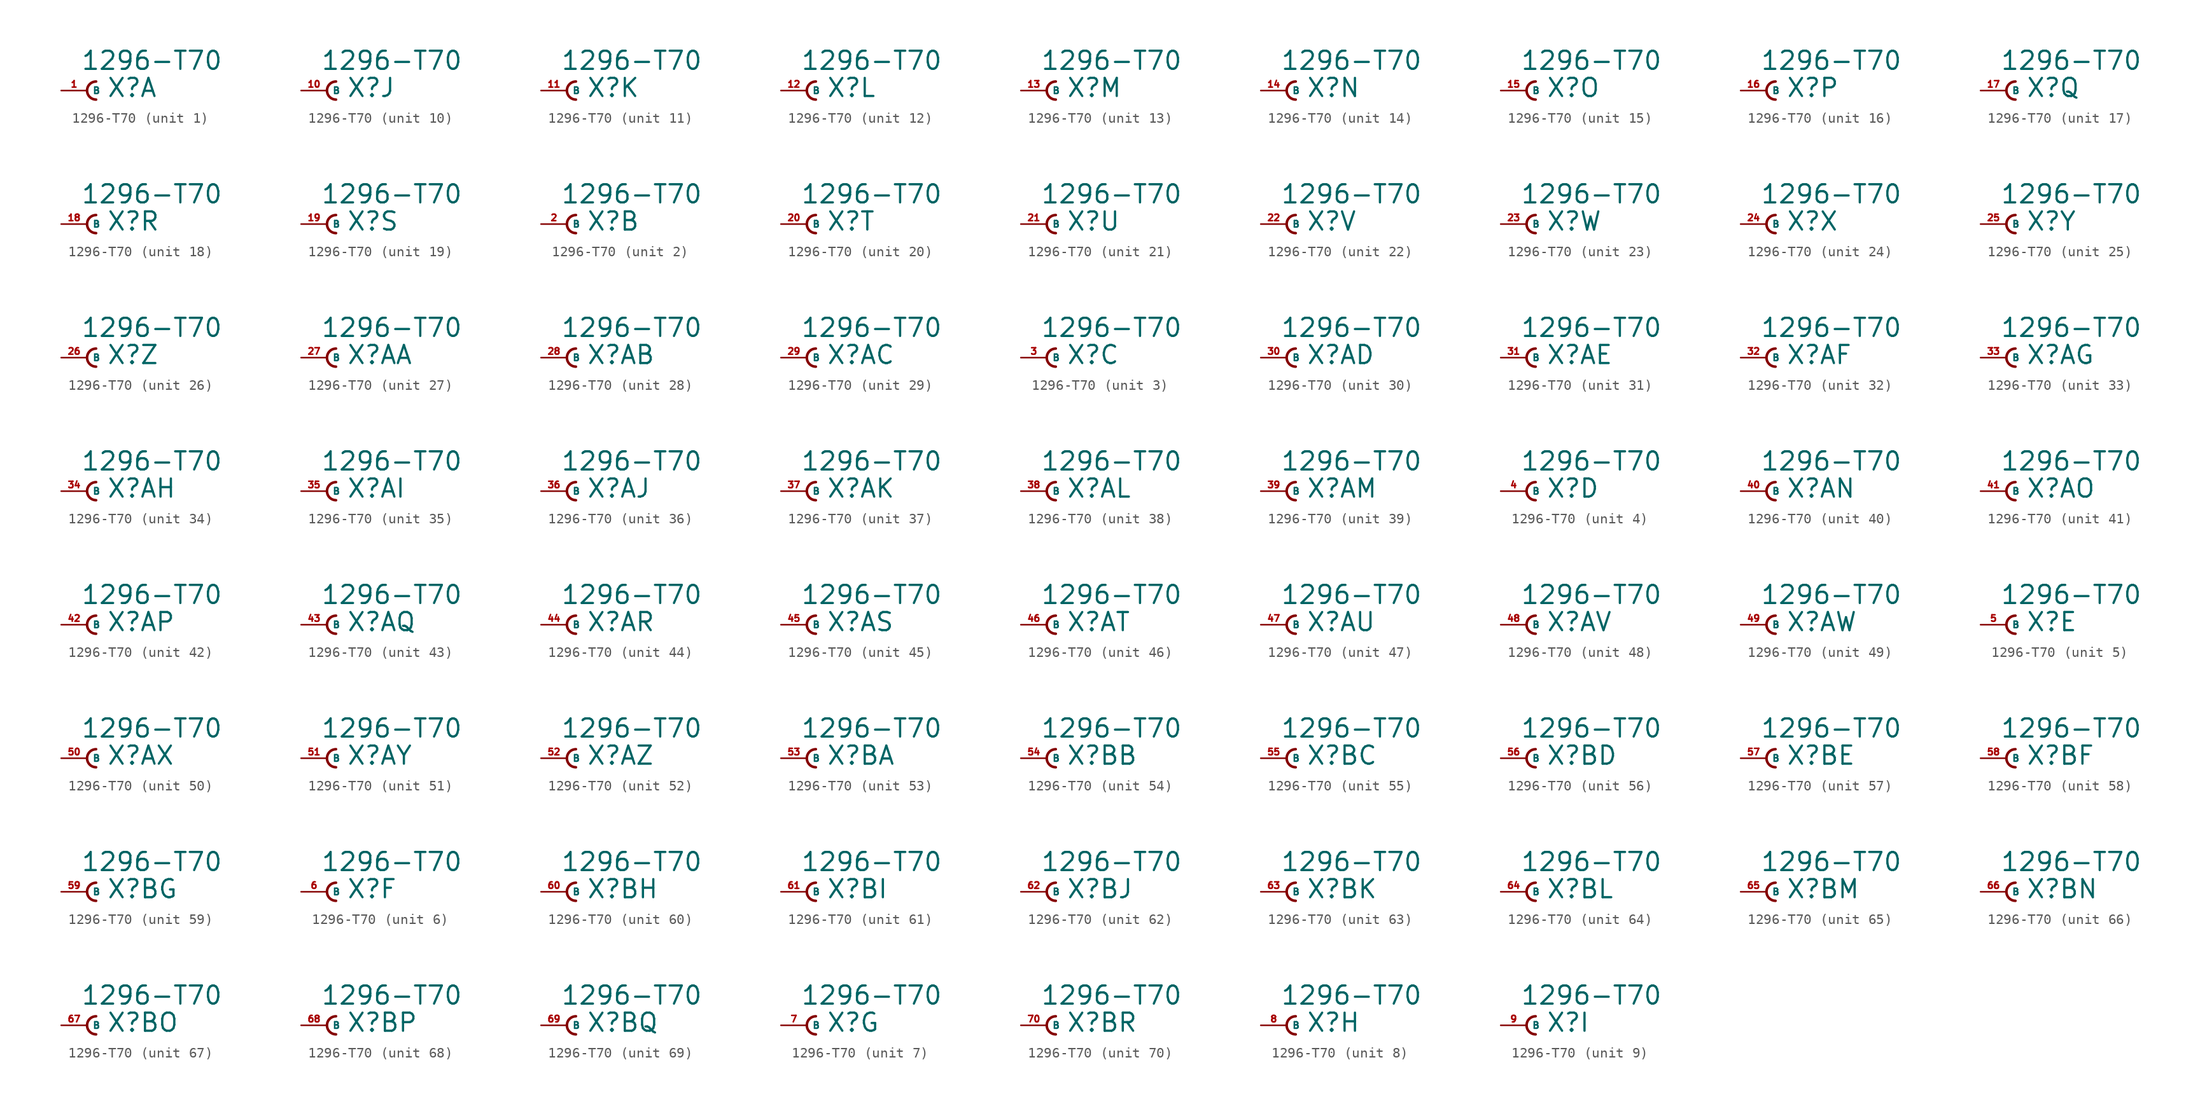
<source format=kicad_sym>
(kicad_symbol_lib
  (version 20220914)
  (generator Eagle2Kicad)
  (symbol "1296-T70"
    (property "Reference" "X"
      (at 1.905 -0.762 0)
      (effects (font (size 1.778 1.778) (thickness 0.22)) (justify left bottom)))
    (property "Value" "1296-T70"
      (at -0.635 1.905 0)
      (effects (font (size 1.778 1.778) (thickness 0.22)) (justify left bottom)))
    (symbol "1296-T70_1_0"
      (arc (start 0.889 0.889) (mid 0.000 0.000) (end 0.889 -0.889) (stroke (width 0.254) (type default)) (fill (type none)))
      (pin passive line (at -2.54 0 0) (length 2.54) (name "B" (effects (font (size 0.635 0.635) (thickness 0.08)) (justify left bottom))) (number "1" (effects (font (size 0.635 0.635) (thickness 0.08)) (justify left bottom)))))
    (symbol "1296-T70_2_0"
      (arc (start 0.889 0.889) (mid 0.000 0.000) (end 0.889 -0.889) (stroke (width 0.254) (type default)) (fill (type none)))
      (pin passive line (at -2.54 0 0) (length 2.54) (name "B" (effects (font (size 0.635 0.635) (thickness 0.08)) (justify left bottom))) (number "2" (effects (font (size 0.635 0.635) (thickness 0.08)) (justify left bottom)))))
    (symbol "1296-T70_3_0"
      (arc (start 0.889 0.889) (mid 0.000 0.000) (end 0.889 -0.889) (stroke (width 0.254) (type default)) (fill (type none)))
      (pin passive line (at -2.54 0 0) (length 2.54) (name "B" (effects (font (size 0.635 0.635) (thickness 0.08)) (justify left bottom))) (number "3" (effects (font (size 0.635 0.635) (thickness 0.08)) (justify left bottom)))))
    (symbol "1296-T70_4_0"
      (arc (start 0.889 0.889) (mid 0.000 0.000) (end 0.889 -0.889) (stroke (width 0.254) (type default)) (fill (type none)))
      (pin passive line (at -2.54 0 0) (length 2.54) (name "B" (effects (font (size 0.635 0.635) (thickness 0.08)) (justify left bottom))) (number "4" (effects (font (size 0.635 0.635) (thickness 0.08)) (justify left bottom)))))
    (symbol "1296-T70_5_0"
      (arc (start 0.889 0.889) (mid 0.000 0.000) (end 0.889 -0.889) (stroke (width 0.254) (type default)) (fill (type none)))
      (pin passive line (at -2.54 0 0) (length 2.54) (name "B" (effects (font (size 0.635 0.635) (thickness 0.08)) (justify left bottom))) (number "5" (effects (font (size 0.635 0.635) (thickness 0.08)) (justify left bottom)))))
    (symbol "1296-T70_6_0"
      (arc (start 0.889 0.889) (mid 0.000 0.000) (end 0.889 -0.889) (stroke (width 0.254) (type default)) (fill (type none)))
      (pin passive line (at -2.54 0 0) (length 2.54) (name "B" (effects (font (size 0.635 0.635) (thickness 0.08)) (justify left bottom))) (number "6" (effects (font (size 0.635 0.635) (thickness 0.08)) (justify left bottom)))))
    (symbol "1296-T70_7_0"
      (arc (start 0.889 0.889) (mid 0.000 0.000) (end 0.889 -0.889) (stroke (width 0.254) (type default)) (fill (type none)))
      (pin passive line (at -2.54 0 0) (length 2.54) (name "B" (effects (font (size 0.635 0.635) (thickness 0.08)) (justify left bottom))) (number "7" (effects (font (size 0.635 0.635) (thickness 0.08)) (justify left bottom)))))
    (symbol "1296-T70_8_0"
      (arc (start 0.889 0.889) (mid 0.000 0.000) (end 0.889 -0.889) (stroke (width 0.254) (type default)) (fill (type none)))
      (pin passive line (at -2.54 0 0) (length 2.54) (name "B" (effects (font (size 0.635 0.635) (thickness 0.08)) (justify left bottom))) (number "8" (effects (font (size 0.635 0.635) (thickness 0.08)) (justify left bottom)))))
    (symbol "1296-T70_9_0"
      (arc (start 0.889 0.889) (mid 0.000 0.000) (end 0.889 -0.889) (stroke (width 0.254) (type default)) (fill (type none)))
      (pin passive line (at -2.54 0 0) (length 2.54) (name "B" (effects (font (size 0.635 0.635) (thickness 0.08)) (justify left bottom))) (number "9" (effects (font (size 0.635 0.635) (thickness 0.08)) (justify left bottom)))))
    (symbol "1296-T70_10_0"
      (arc (start 0.889 0.889) (mid 0.000 0.000) (end 0.889 -0.889) (stroke (width 0.254) (type default)) (fill (type none)))
      (pin passive line (at -2.54 0 0) (length 2.54) (name "B" (effects (font (size 0.635 0.635) (thickness 0.08)) (justify left bottom))) (number "10" (effects (font (size 0.635 0.635) (thickness 0.08)) (justify left bottom)))))
    (symbol "1296-T70_11_0"
      (arc (start 0.889 0.889) (mid 0.000 0.000) (end 0.889 -0.889) (stroke (width 0.254) (type default)) (fill (type none)))
      (pin passive line (at -2.54 0 0) (length 2.54) (name "B" (effects (font (size 0.635 0.635) (thickness 0.08)) (justify left bottom))) (number "11" (effects (font (size 0.635 0.635) (thickness 0.08)) (justify left bottom)))))
    (symbol "1296-T70_12_0"
      (arc (start 0.889 0.889) (mid 0.000 0.000) (end 0.889 -0.889) (stroke (width 0.254) (type default)) (fill (type none)))
      (pin passive line (at -2.54 0 0) (length 2.54) (name "B" (effects (font (size 0.635 0.635) (thickness 0.08)) (justify left bottom))) (number "12" (effects (font (size 0.635 0.635) (thickness 0.08)) (justify left bottom)))))
    (symbol "1296-T70_13_0"
      (arc (start 0.889 0.889) (mid 0.000 0.000) (end 0.889 -0.889) (stroke (width 0.254) (type default)) (fill (type none)))
      (pin passive line (at -2.54 0 0) (length 2.54) (name "B" (effects (font (size 0.635 0.635) (thickness 0.08)) (justify left bottom))) (number "13" (effects (font (size 0.635 0.635) (thickness 0.08)) (justify left bottom)))))
    (symbol "1296-T70_14_0"
      (arc (start 0.889 0.889) (mid 0.000 0.000) (end 0.889 -0.889) (stroke (width 0.254) (type default)) (fill (type none)))
      (pin passive line (at -2.54 0 0) (length 2.54) (name "B" (effects (font (size 0.635 0.635) (thickness 0.08)) (justify left bottom))) (number "14" (effects (font (size 0.635 0.635) (thickness 0.08)) (justify left bottom)))))
    (symbol "1296-T70_15_0"
      (arc (start 0.889 0.889) (mid 0.000 0.000) (end 0.889 -0.889) (stroke (width 0.254) (type default)) (fill (type none)))
      (pin passive line (at -2.54 0 0) (length 2.54) (name "B" (effects (font (size 0.635 0.635) (thickness 0.08)) (justify left bottom))) (number "15" (effects (font (size 0.635 0.635) (thickness 0.08)) (justify left bottom)))))
    (symbol "1296-T70_16_0"
      (arc (start 0.889 0.889) (mid 0.000 0.000) (end 0.889 -0.889) (stroke (width 0.254) (type default)) (fill (type none)))
      (pin passive line (at -2.54 0 0) (length 2.54) (name "B" (effects (font (size 0.635 0.635) (thickness 0.08)) (justify left bottom))) (number "16" (effects (font (size 0.635 0.635) (thickness 0.08)) (justify left bottom)))))
    (symbol "1296-T70_17_0"
      (arc (start 0.889 0.889) (mid 0.000 0.000) (end 0.889 -0.889) (stroke (width 0.254) (type default)) (fill (type none)))
      (pin passive line (at -2.54 0 0) (length 2.54) (name "B" (effects (font (size 0.635 0.635) (thickness 0.08)) (justify left bottom))) (number "17" (effects (font (size 0.635 0.635) (thickness 0.08)) (justify left bottom)))))
    (symbol "1296-T70_18_0"
      (arc (start 0.889 0.889) (mid 0.000 0.000) (end 0.889 -0.889) (stroke (width 0.254) (type default)) (fill (type none)))
      (pin passive line (at -2.54 0 0) (length 2.54) (name "B" (effects (font (size 0.635 0.635) (thickness 0.08)) (justify left bottom))) (number "18" (effects (font (size 0.635 0.635) (thickness 0.08)) (justify left bottom)))))
    (symbol "1296-T70_19_0"
      (arc (start 0.889 0.889) (mid 0.000 0.000) (end 0.889 -0.889) (stroke (width 0.254) (type default)) (fill (type none)))
      (pin passive line (at -2.54 0 0) (length 2.54) (name "B" (effects (font (size 0.635 0.635) (thickness 0.08)) (justify left bottom))) (number "19" (effects (font (size 0.635 0.635) (thickness 0.08)) (justify left bottom)))))
    (symbol "1296-T70_20_0"
      (arc (start 0.889 0.889) (mid 0.000 0.000) (end 0.889 -0.889) (stroke (width 0.254) (type default)) (fill (type none)))
      (pin passive line (at -2.54 0 0) (length 2.54) (name "B" (effects (font (size 0.635 0.635) (thickness 0.08)) (justify left bottom))) (number "20" (effects (font (size 0.635 0.635) (thickness 0.08)) (justify left bottom)))))
    (symbol "1296-T70_21_0"
      (arc (start 0.889 0.889) (mid 0.000 0.000) (end 0.889 -0.889) (stroke (width 0.254) (type default)) (fill (type none)))
      (pin passive line (at -2.54 0 0) (length 2.54) (name "B" (effects (font (size 0.635 0.635) (thickness 0.08)) (justify left bottom))) (number "21" (effects (font (size 0.635 0.635) (thickness 0.08)) (justify left bottom)))))
    (symbol "1296-T70_22_0"
      (arc (start 0.889 0.889) (mid 0.000 0.000) (end 0.889 -0.889) (stroke (width 0.254) (type default)) (fill (type none)))
      (pin passive line (at -2.54 0 0) (length 2.54) (name "B" (effects (font (size 0.635 0.635) (thickness 0.08)) (justify left bottom))) (number "22" (effects (font (size 0.635 0.635) (thickness 0.08)) (justify left bottom)))))
    (symbol "1296-T70_23_0"
      (arc (start 0.889 0.889) (mid 0.000 0.000) (end 0.889 -0.889) (stroke (width 0.254) (type default)) (fill (type none)))
      (pin passive line (at -2.54 0 0) (length 2.54) (name "B" (effects (font (size 0.635 0.635) (thickness 0.08)) (justify left bottom))) (number "23" (effects (font (size 0.635 0.635) (thickness 0.08)) (justify left bottom)))))
    (symbol "1296-T70_24_0"
      (arc (start 0.889 0.889) (mid 0.000 0.000) (end 0.889 -0.889) (stroke (width 0.254) (type default)) (fill (type none)))
      (pin passive line (at -2.54 0 0) (length 2.54) (name "B" (effects (font (size 0.635 0.635) (thickness 0.08)) (justify left bottom))) (number "24" (effects (font (size 0.635 0.635) (thickness 0.08)) (justify left bottom)))))
    (symbol "1296-T70_25_0"
      (arc (start 0.889 0.889) (mid 0.000 0.000) (end 0.889 -0.889) (stroke (width 0.254) (type default)) (fill (type none)))
      (pin passive line (at -2.54 0 0) (length 2.54) (name "B" (effects (font (size 0.635 0.635) (thickness 0.08)) (justify left bottom))) (number "25" (effects (font (size 0.635 0.635) (thickness 0.08)) (justify left bottom)))))
    (symbol "1296-T70_26_0"
      (arc (start 0.889 0.889) (mid 0.000 0.000) (end 0.889 -0.889) (stroke (width 0.254) (type default)) (fill (type none)))
      (pin passive line (at -2.54 0 0) (length 2.54) (name "B" (effects (font (size 0.635 0.635) (thickness 0.08)) (justify left bottom))) (number "26" (effects (font (size 0.635 0.635) (thickness 0.08)) (justify left bottom)))))
    (symbol "1296-T70_27_0"
      (arc (start 0.889 0.889) (mid 0.000 0.000) (end 0.889 -0.889) (stroke (width 0.254) (type default)) (fill (type none)))
      (pin passive line (at -2.54 0 0) (length 2.54) (name "B" (effects (font (size 0.635 0.635) (thickness 0.08)) (justify left bottom))) (number "27" (effects (font (size 0.635 0.635) (thickness 0.08)) (justify left bottom)))))
    (symbol "1296-T70_28_0"
      (arc (start 0.889 0.889) (mid 0.000 0.000) (end 0.889 -0.889) (stroke (width 0.254) (type default)) (fill (type none)))
      (pin passive line (at -2.54 0 0) (length 2.54) (name "B" (effects (font (size 0.635 0.635) (thickness 0.08)) (justify left bottom))) (number "28" (effects (font (size 0.635 0.635) (thickness 0.08)) (justify left bottom)))))
    (symbol "1296-T70_29_0"
      (arc (start 0.889 0.889) (mid 0.000 0.000) (end 0.889 -0.889) (stroke (width 0.254) (type default)) (fill (type none)))
      (pin passive line (at -2.54 0 0) (length 2.54) (name "B" (effects (font (size 0.635 0.635) (thickness 0.08)) (justify left bottom))) (number "29" (effects (font (size 0.635 0.635) (thickness 0.08)) (justify left bottom)))))
    (symbol "1296-T70_30_0"
      (arc (start 0.889 0.889) (mid 0.000 0.000) (end 0.889 -0.889) (stroke (width 0.254) (type default)) (fill (type none)))
      (pin passive line (at -2.54 0 0) (length 2.54) (name "B" (effects (font (size 0.635 0.635) (thickness 0.08)) (justify left bottom))) (number "30" (effects (font (size 0.635 0.635) (thickness 0.08)) (justify left bottom)))))
    (symbol "1296-T70_31_0"
      (arc (start 0.889 0.889) (mid 0.000 0.000) (end 0.889 -0.889) (stroke (width 0.254) (type default)) (fill (type none)))
      (pin passive line (at -2.54 0 0) (length 2.54) (name "B" (effects (font (size 0.635 0.635) (thickness 0.08)) (justify left bottom))) (number "31" (effects (font (size 0.635 0.635) (thickness 0.08)) (justify left bottom)))))
    (symbol "1296-T70_32_0"
      (arc (start 0.889 0.889) (mid 0.000 0.000) (end 0.889 -0.889) (stroke (width 0.254) (type default)) (fill (type none)))
      (pin passive line (at -2.54 0 0) (length 2.54) (name "B" (effects (font (size 0.635 0.635) (thickness 0.08)) (justify left bottom))) (number "32" (effects (font (size 0.635 0.635) (thickness 0.08)) (justify left bottom)))))
    (symbol "1296-T70_33_0"
      (arc (start 0.889 0.889) (mid 0.000 0.000) (end 0.889 -0.889) (stroke (width 0.254) (type default)) (fill (type none)))
      (pin passive line (at -2.54 0 0) (length 2.54) (name "B" (effects (font (size 0.635 0.635) (thickness 0.08)) (justify left bottom))) (number "33" (effects (font (size 0.635 0.635) (thickness 0.08)) (justify left bottom)))))
    (symbol "1296-T70_34_0"
      (arc (start 0.889 0.889) (mid 0.000 0.000) (end 0.889 -0.889) (stroke (width 0.254) (type default)) (fill (type none)))
      (pin passive line (at -2.54 0 0) (length 2.54) (name "B" (effects (font (size 0.635 0.635) (thickness 0.08)) (justify left bottom))) (number "34" (effects (font (size 0.635 0.635) (thickness 0.08)) (justify left bottom)))))
    (symbol "1296-T70_35_0"
      (arc (start 0.889 0.889) (mid 0.000 0.000) (end 0.889 -0.889) (stroke (width 0.254) (type default)) (fill (type none)))
      (pin passive line (at -2.54 0 0) (length 2.54) (name "B" (effects (font (size 0.635 0.635) (thickness 0.08)) (justify left bottom))) (number "35" (effects (font (size 0.635 0.635) (thickness 0.08)) (justify left bottom)))))
    (symbol "1296-T70_36_0"
      (arc (start 0.889 0.889) (mid 0.000 0.000) (end 0.889 -0.889) (stroke (width 0.254) (type default)) (fill (type none)))
      (pin passive line (at -2.54 0 0) (length 2.54) (name "B" (effects (font (size 0.635 0.635) (thickness 0.08)) (justify left bottom))) (number "36" (effects (font (size 0.635 0.635) (thickness 0.08)) (justify left bottom)))))
    (symbol "1296-T70_37_0"
      (arc (start 0.889 0.889) (mid 0.000 0.000) (end 0.889 -0.889) (stroke (width 0.254) (type default)) (fill (type none)))
      (pin passive line (at -2.54 0 0) (length 2.54) (name "B" (effects (font (size 0.635 0.635) (thickness 0.08)) (justify left bottom))) (number "37" (effects (font (size 0.635 0.635) (thickness 0.08)) (justify left bottom)))))
    (symbol "1296-T70_38_0"
      (arc (start 0.889 0.889) (mid 0.000 0.000) (end 0.889 -0.889) (stroke (width 0.254) (type default)) (fill (type none)))
      (pin passive line (at -2.54 0 0) (length 2.54) (name "B" (effects (font (size 0.635 0.635) (thickness 0.08)) (justify left bottom))) (number "38" (effects (font (size 0.635 0.635) (thickness 0.08)) (justify left bottom)))))
    (symbol "1296-T70_39_0"
      (arc (start 0.889 0.889) (mid 0.000 0.000) (end 0.889 -0.889) (stroke (width 0.254) (type default)) (fill (type none)))
      (pin passive line (at -2.54 0 0) (length 2.54) (name "B" (effects (font (size 0.635 0.635) (thickness 0.08)) (justify left bottom))) (number "39" (effects (font (size 0.635 0.635) (thickness 0.08)) (justify left bottom)))))
    (symbol "1296-T70_40_0"
      (arc (start 0.889 0.889) (mid 0.000 0.000) (end 0.889 -0.889) (stroke (width 0.254) (type default)) (fill (type none)))
      (pin passive line (at -2.54 0 0) (length 2.54) (name "B" (effects (font (size 0.635 0.635) (thickness 0.08)) (justify left bottom))) (number "40" (effects (font (size 0.635 0.635) (thickness 0.08)) (justify left bottom)))))
    (symbol "1296-T70_41_0"
      (arc (start 0.889 0.889) (mid 0.000 0.000) (end 0.889 -0.889) (stroke (width 0.254) (type default)) (fill (type none)))
      (pin passive line (at -2.54 0 0) (length 2.54) (name "B" (effects (font (size 0.635 0.635) (thickness 0.08)) (justify left bottom))) (number "41" (effects (font (size 0.635 0.635) (thickness 0.08)) (justify left bottom)))))
    (symbol "1296-T70_42_0"
      (arc (start 0.889 0.889) (mid 0.000 0.000) (end 0.889 -0.889) (stroke (width 0.254) (type default)) (fill (type none)))
      (pin passive line (at -2.54 0 0) (length 2.54) (name "B" (effects (font (size 0.635 0.635) (thickness 0.08)) (justify left bottom))) (number "42" (effects (font (size 0.635 0.635) (thickness 0.08)) (justify left bottom)))))
    (symbol "1296-T70_43_0"
      (arc (start 0.889 0.889) (mid 0.000 0.000) (end 0.889 -0.889) (stroke (width 0.254) (type default)) (fill (type none)))
      (pin passive line (at -2.54 0 0) (length 2.54) (name "B" (effects (font (size 0.635 0.635) (thickness 0.08)) (justify left bottom))) (number "43" (effects (font (size 0.635 0.635) (thickness 0.08)) (justify left bottom)))))
    (symbol "1296-T70_44_0"
      (arc (start 0.889 0.889) (mid 0.000 0.000) (end 0.889 -0.889) (stroke (width 0.254) (type default)) (fill (type none)))
      (pin passive line (at -2.54 0 0) (length 2.54) (name "B" (effects (font (size 0.635 0.635) (thickness 0.08)) (justify left bottom))) (number "44" (effects (font (size 0.635 0.635) (thickness 0.08)) (justify left bottom)))))
    (symbol "1296-T70_45_0"
      (arc (start 0.889 0.889) (mid 0.000 0.000) (end 0.889 -0.889) (stroke (width 0.254) (type default)) (fill (type none)))
      (pin passive line (at -2.54 0 0) (length 2.54) (name "B" (effects (font (size 0.635 0.635) (thickness 0.08)) (justify left bottom))) (number "45" (effects (font (size 0.635 0.635) (thickness 0.08)) (justify left bottom)))))
    (symbol "1296-T70_46_0"
      (arc (start 0.889 0.889) (mid 0.000 0.000) (end 0.889 -0.889) (stroke (width 0.254) (type default)) (fill (type none)))
      (pin passive line (at -2.54 0 0) (length 2.54) (name "B" (effects (font (size 0.635 0.635) (thickness 0.08)) (justify left bottom))) (number "46" (effects (font (size 0.635 0.635) (thickness 0.08)) (justify left bottom)))))
    (symbol "1296-T70_47_0"
      (arc (start 0.889 0.889) (mid 0.000 0.000) (end 0.889 -0.889) (stroke (width 0.254) (type default)) (fill (type none)))
      (pin passive line (at -2.54 0 0) (length 2.54) (name "B" (effects (font (size 0.635 0.635) (thickness 0.08)) (justify left bottom))) (number "47" (effects (font (size 0.635 0.635) (thickness 0.08)) (justify left bottom)))))
    (symbol "1296-T70_48_0"
      (arc (start 0.889 0.889) (mid 0.000 0.000) (end 0.889 -0.889) (stroke (width 0.254) (type default)) (fill (type none)))
      (pin passive line (at -2.54 0 0) (length 2.54) (name "B" (effects (font (size 0.635 0.635) (thickness 0.08)) (justify left bottom))) (number "48" (effects (font (size 0.635 0.635) (thickness 0.08)) (justify left bottom)))))
    (symbol "1296-T70_49_0"
      (arc (start 0.889 0.889) (mid 0.000 0.000) (end 0.889 -0.889) (stroke (width 0.254) (type default)) (fill (type none)))
      (pin passive line (at -2.54 0 0) (length 2.54) (name "B" (effects (font (size 0.635 0.635) (thickness 0.08)) (justify left bottom))) (number "49" (effects (font (size 0.635 0.635) (thickness 0.08)) (justify left bottom)))))
    (symbol "1296-T70_50_0"
      (arc (start 0.889 0.889) (mid 0.000 0.000) (end 0.889 -0.889) (stroke (width 0.254) (type default)) (fill (type none)))
      (pin passive line (at -2.54 0 0) (length 2.54) (name "B" (effects (font (size 0.635 0.635) (thickness 0.08)) (justify left bottom))) (number "50" (effects (font (size 0.635 0.635) (thickness 0.08)) (justify left bottom)))))
    (symbol "1296-T70_51_0"
      (arc (start 0.889 0.889) (mid 0.000 0.000) (end 0.889 -0.889) (stroke (width 0.254) (type default)) (fill (type none)))
      (pin passive line (at -2.54 0 0) (length 2.54) (name "B" (effects (font (size 0.635 0.635) (thickness 0.08)) (justify left bottom))) (number "51" (effects (font (size 0.635 0.635) (thickness 0.08)) (justify left bottom)))))
    (symbol "1296-T70_52_0"
      (arc (start 0.889 0.889) (mid 0.000 0.000) (end 0.889 -0.889) (stroke (width 0.254) (type default)) (fill (type none)))
      (pin passive line (at -2.54 0 0) (length 2.54) (name "B" (effects (font (size 0.635 0.635) (thickness 0.08)) (justify left bottom))) (number "52" (effects (font (size 0.635 0.635) (thickness 0.08)) (justify left bottom)))))
    (symbol "1296-T70_53_0"
      (arc (start 0.889 0.889) (mid 0.000 0.000) (end 0.889 -0.889) (stroke (width 0.254) (type default)) (fill (type none)))
      (pin passive line (at -2.54 0 0) (length 2.54) (name "B" (effects (font (size 0.635 0.635) (thickness 0.08)) (justify left bottom))) (number "53" (effects (font (size 0.635 0.635) (thickness 0.08)) (justify left bottom)))))
    (symbol "1296-T70_54_0"
      (arc (start 0.889 0.889) (mid 0.000 0.000) (end 0.889 -0.889) (stroke (width 0.254) (type default)) (fill (type none)))
      (pin passive line (at -2.54 0 0) (length 2.54) (name "B" (effects (font (size 0.635 0.635) (thickness 0.08)) (justify left bottom))) (number "54" (effects (font (size 0.635 0.635) (thickness 0.08)) (justify left bottom)))))
    (symbol "1296-T70_55_0"
      (arc (start 0.889 0.889) (mid 0.000 0.000) (end 0.889 -0.889) (stroke (width 0.254) (type default)) (fill (type none)))
      (pin passive line (at -2.54 0 0) (length 2.54) (name "B" (effects (font (size 0.635 0.635) (thickness 0.08)) (justify left bottom))) (number "55" (effects (font (size 0.635 0.635) (thickness 0.08)) (justify left bottom)))))
    (symbol "1296-T70_56_0"
      (arc (start 0.889 0.889) (mid 0.000 0.000) (end 0.889 -0.889) (stroke (width 0.254) (type default)) (fill (type none)))
      (pin passive line (at -2.54 0 0) (length 2.54) (name "B" (effects (font (size 0.635 0.635) (thickness 0.08)) (justify left bottom))) (number "56" (effects (font (size 0.635 0.635) (thickness 0.08)) (justify left bottom)))))
    (symbol "1296-T70_57_0"
      (arc (start 0.889 0.889) (mid 0.000 0.000) (end 0.889 -0.889) (stroke (width 0.254) (type default)) (fill (type none)))
      (pin passive line (at -2.54 0 0) (length 2.54) (name "B" (effects (font (size 0.635 0.635) (thickness 0.08)) (justify left bottom))) (number "57" (effects (font (size 0.635 0.635) (thickness 0.08)) (justify left bottom)))))
    (symbol "1296-T70_58_0"
      (arc (start 0.889 0.889) (mid 0.000 0.000) (end 0.889 -0.889) (stroke (width 0.254) (type default)) (fill (type none)))
      (pin passive line (at -2.54 0 0) (length 2.54) (name "B" (effects (font (size 0.635 0.635) (thickness 0.08)) (justify left bottom))) (number "58" (effects (font (size 0.635 0.635) (thickness 0.08)) (justify left bottom)))))
    (symbol "1296-T70_59_0"
      (arc (start 0.889 0.889) (mid 0.000 0.000) (end 0.889 -0.889) (stroke (width 0.254) (type default)) (fill (type none)))
      (pin passive line (at -2.54 0 0) (length 2.54) (name "B" (effects (font (size 0.635 0.635) (thickness 0.08)) (justify left bottom))) (number "59" (effects (font (size 0.635 0.635) (thickness 0.08)) (justify left bottom)))))
    (symbol "1296-T70_60_0"
      (arc (start 0.889 0.889) (mid 0.000 0.000) (end 0.889 -0.889) (stroke (width 0.254) (type default)) (fill (type none)))
      (pin passive line (at -2.54 0 0) (length 2.54) (name "B" (effects (font (size 0.635 0.635) (thickness 0.08)) (justify left bottom))) (number "60" (effects (font (size 0.635 0.635) (thickness 0.08)) (justify left bottom)))))
    (symbol "1296-T70_61_0"
      (arc (start 0.889 0.889) (mid 0.000 0.000) (end 0.889 -0.889) (stroke (width 0.254) (type default)) (fill (type none)))
      (pin passive line (at -2.54 0 0) (length 2.54) (name "B" (effects (font (size 0.635 0.635) (thickness 0.08)) (justify left bottom))) (number "61" (effects (font (size 0.635 0.635) (thickness 0.08)) (justify left bottom)))))
    (symbol "1296-T70_62_0"
      (arc (start 0.889 0.889) (mid 0.000 0.000) (end 0.889 -0.889) (stroke (width 0.254) (type default)) (fill (type none)))
      (pin passive line (at -2.54 0 0) (length 2.54) (name "B" (effects (font (size 0.635 0.635) (thickness 0.08)) (justify left bottom))) (number "62" (effects (font (size 0.635 0.635) (thickness 0.08)) (justify left bottom)))))
    (symbol "1296-T70_63_0"
      (arc (start 0.889 0.889) (mid 0.000 0.000) (end 0.889 -0.889) (stroke (width 0.254) (type default)) (fill (type none)))
      (pin passive line (at -2.54 0 0) (length 2.54) (name "B" (effects (font (size 0.635 0.635) (thickness 0.08)) (justify left bottom))) (number "63" (effects (font (size 0.635 0.635) (thickness 0.08)) (justify left bottom)))))
    (symbol "1296-T70_64_0"
      (arc (start 0.889 0.889) (mid 0.000 0.000) (end 0.889 -0.889) (stroke (width 0.254) (type default)) (fill (type none)))
      (pin passive line (at -2.54 0 0) (length 2.54) (name "B" (effects (font (size 0.635 0.635) (thickness 0.08)) (justify left bottom))) (number "64" (effects (font (size 0.635 0.635) (thickness 0.08)) (justify left bottom)))))
    (symbol "1296-T70_65_0"
      (arc (start 0.889 0.889) (mid 0.000 0.000) (end 0.889 -0.889) (stroke (width 0.254) (type default)) (fill (type none)))
      (pin passive line (at -2.54 0 0) (length 2.54) (name "B" (effects (font (size 0.635 0.635) (thickness 0.08)) (justify left bottom))) (number "65" (effects (font (size 0.635 0.635) (thickness 0.08)) (justify left bottom)))))
    (symbol "1296-T70_66_0"
      (arc (start 0.889 0.889) (mid 0.000 0.000) (end 0.889 -0.889) (stroke (width 0.254) (type default)) (fill (type none)))
      (pin passive line (at -2.54 0 0) (length 2.54) (name "B" (effects (font (size 0.635 0.635) (thickness 0.08)) (justify left bottom))) (number "66" (effects (font (size 0.635 0.635) (thickness 0.08)) (justify left bottom)))))
    (symbol "1296-T70_67_0"
      (arc (start 0.889 0.889) (mid 0.000 0.000) (end 0.889 -0.889) (stroke (width 0.254) (type default)) (fill (type none)))
      (pin passive line (at -2.54 0 0) (length 2.54) (name "B" (effects (font (size 0.635 0.635) (thickness 0.08)) (justify left bottom))) (number "67" (effects (font (size 0.635 0.635) (thickness 0.08)) (justify left bottom)))))
    (symbol "1296-T70_68_0"
      (arc (start 0.889 0.889) (mid 0.000 0.000) (end 0.889 -0.889) (stroke (width 0.254) (type default)) (fill (type none)))
      (pin passive line (at -2.54 0 0) (length 2.54) (name "B" (effects (font (size 0.635 0.635) (thickness 0.08)) (justify left bottom))) (number "68" (effects (font (size 0.635 0.635) (thickness 0.08)) (justify left bottom)))))
    (symbol "1296-T70_69_0"
      (arc (start 0.889 0.889) (mid 0.000 0.000) (end 0.889 -0.889) (stroke (width 0.254) (type default)) (fill (type none)))
      (pin passive line (at -2.54 0 0) (length 2.54) (name "B" (effects (font (size 0.635 0.635) (thickness 0.08)) (justify left bottom))) (number "69" (effects (font (size 0.635 0.635) (thickness 0.08)) (justify left bottom)))))
    (symbol "1296-T70_70_0"
      (arc (start 0.889 0.889) (mid 0.000 0.000) (end 0.889 -0.889) (stroke (width 0.254) (type default)) (fill (type none)))
      (pin passive line (at -2.54 0 0) (length 2.54) (name "B" (effects (font (size 0.635 0.635) (thickness 0.08)) (justify left bottom))) (number "70" (effects (font (size 0.635 0.635) (thickness 0.08)) (justify left bottom)))))))
</source>
